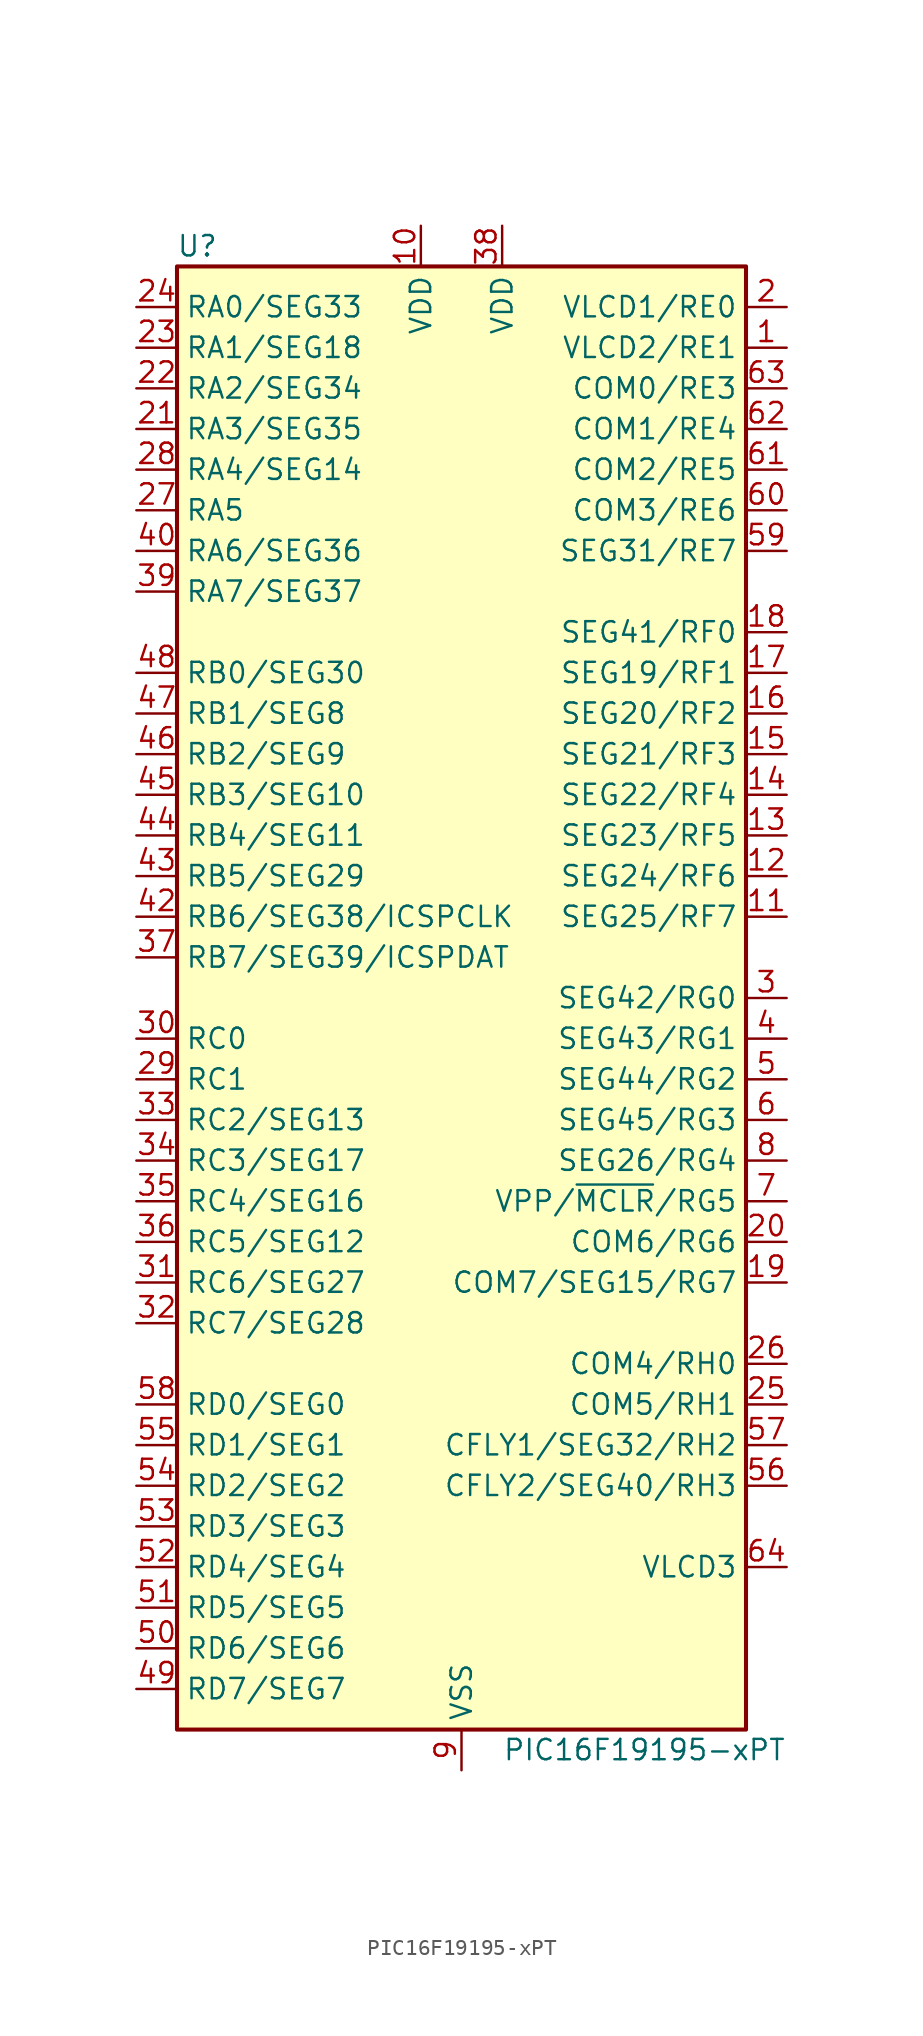
<source format=kicad_sym>
(kicad_symbol_lib
  (version 20211014)
  (generator kicad_symbol_editor)
  (symbol "PIC16F19195-xPT"
    (property "Reference" "U"
      (at -16.51 46.99 0)
      (effects (font (size 1.27 1.27))))
    (property "Value" "PIC16F19195-xPT"
      (at 11.43 -46.99 0)
      (effects (font (size 1.27 1.27))))
    (symbol "PIC16F19195-xPT_0_1"
      (rectangle (start -17.78 45.72) (end 17.78 -45.72) (stroke (width 0.254) (type default) (color 0 0 0 0)) (fill (type background))))
    (symbol "PIC16F19195-xPT_1_1"
      (pin bidirectional line (at 20.32 40.64 180) (length 2.54) (name "VLCD2/RE1" (effects (font (size 1.27 1.27)))) (number "1" (effects (font (size 1.27 1.27)))))
      (pin power_in line (at -2.54 48.26 270) (length 2.54) (name "VDD" (effects (font (size 1.27 1.27)))) (number "10" (effects (font (size 1.27 1.27)))))
      (pin bidirectional line (at 20.32 5.08 180) (length 2.54) (name "SEG25/RF7" (effects (font (size 1.27 1.27)))) (number "11" (effects (font (size 1.27 1.27)))))
      (pin bidirectional line (at 20.32 7.62 180) (length 2.54) (name "SEG24/RF6" (effects (font (size 1.27 1.27)))) (number "12" (effects (font (size 1.27 1.27)))))
      (pin bidirectional line (at 20.32 10.16 180) (length 2.54) (name "SEG23/RF5" (effects (font (size 1.27 1.27)))) (number "13" (effects (font (size 1.27 1.27)))))
      (pin bidirectional line (at 20.32 12.7 180) (length 2.54) (name "SEG22/RF4" (effects (font (size 1.27 1.27)))) (number "14" (effects (font (size 1.27 1.27)))))
      (pin bidirectional line (at 20.32 15.24 180) (length 2.54) (name "SEG21/RF3" (effects (font (size 1.27 1.27)))) (number "15" (effects (font (size 1.27 1.27)))))
      (pin bidirectional line (at 20.32 17.78 180) (length 2.54) (name "SEG20/RF2" (effects (font (size 1.27 1.27)))) (number "16" (effects (font (size 1.27 1.27)))))
      (pin bidirectional line (at 20.32 20.32 180) (length 2.54) (name "SEG19/RF1" (effects (font (size 1.27 1.27)))) (number "17" (effects (font (size 1.27 1.27)))))
      (pin bidirectional line (at 20.32 22.86 180) (length 2.54) (name "SEG41/RF0" (effects (font (size 1.27 1.27)))) (number "18" (effects (font (size 1.27 1.27)))))
      (pin bidirectional line (at 20.32 -17.78 180) (length 2.54) (name "COM7/SEG15/RG7" (effects (font (size 1.27 1.27)))) (number "19" (effects (font (size 1.27 1.27)))))
      (pin bidirectional line (at 20.32 43.18 180) (length 2.54) (name "VLCD1/RE0" (effects (font (size 1.27 1.27)))) (number "2" (effects (font (size 1.27 1.27)))))
      (pin bidirectional line (at 20.32 -15.24 180) (length 2.54) (name "COM6/RG6" (effects (font (size 1.27 1.27)))) (number "20" (effects (font (size 1.27 1.27)))))
      (pin bidirectional line (at -20.32 35.56 0) (length 2.54) (name "RA3/SEG35" (effects (font (size 1.27 1.27)))) (number "21" (effects (font (size 1.27 1.27)))))
      (pin bidirectional line (at -20.32 38.1 0) (length 2.54) (name "RA2/SEG34" (effects (font (size 1.27 1.27)))) (number "22" (effects (font (size 1.27 1.27)))))
      (pin bidirectional line (at -20.32 40.64 0) (length 2.54) (name "RA1/SEG18" (effects (font (size 1.27 1.27)))) (number "23" (effects (font (size 1.27 1.27)))))
      (pin bidirectional line (at -20.32 43.18 0) (length 2.54) (name "RA0/SEG33" (effects (font (size 1.27 1.27)))) (number "24" (effects (font (size 1.27 1.27)))))
      (pin bidirectional line (at 20.32 -25.4 180) (length 2.54) (name "COM5/RH1" (effects (font (size 1.27 1.27)))) (number "25" (effects (font (size 1.27 1.27)))))
      (pin bidirectional line (at 20.32 -22.86 180) (length 2.54) (name "COM4/RH0" (effects (font (size 1.27 1.27)))) (number "26" (effects (font (size 1.27 1.27)))))
      (pin bidirectional line (at -20.32 30.48 0) (length 2.54) (name "RA5" (effects (font (size 1.27 1.27)))) (number "27" (effects (font (size 1.27 1.27)))))
      (pin bidirectional line (at -20.32 33.02 0) (length 2.54) (name "RA4/SEG14" (effects (font (size 1.27 1.27)))) (number "28" (effects (font (size 1.27 1.27)))))
      (pin bidirectional line (at -20.32 -5.08 0) (length 2.54) (name "RC1" (effects (font (size 1.27 1.27)))) (number "29" (effects (font (size 1.27 1.27)))))
      (pin bidirectional line (at 20.32 0 180) (length 2.54) (name "SEG42/RG0" (effects (font (size 1.27 1.27)))) (number "3" (effects (font (size 1.27 1.27)))))
      (pin bidirectional line (at -20.32 -2.54 0) (length 2.54) (name "RC0" (effects (font (size 1.27 1.27)))) (number "30" (effects (font (size 1.27 1.27)))))
      (pin bidirectional line (at -20.32 -17.78 0) (length 2.54) (name "RC6/SEG27" (effects (font (size 1.27 1.27)))) (number "31" (effects (font (size 1.27 1.27)))))
      (pin bidirectional line (at -20.32 -20.32 0) (length 2.54) (name "RC7/SEG28" (effects (font (size 1.27 1.27)))) (number "32" (effects (font (size 1.27 1.27)))))
      (pin bidirectional line (at -20.32 -7.62 0) (length 2.54) (name "RC2/SEG13" (effects (font (size 1.27 1.27)))) (number "33" (effects (font (size 1.27 1.27)))))
      (pin bidirectional line (at -20.32 -10.16 0) (length 2.54) (name "RC3/SEG17" (effects (font (size 1.27 1.27)))) (number "34" (effects (font (size 1.27 1.27)))))
      (pin bidirectional line (at -20.32 -12.7 0) (length 2.54) (name "RC4/SEG16" (effects (font (size 1.27 1.27)))) (number "35" (effects (font (size 1.27 1.27)))))
      (pin bidirectional line (at -20.32 -15.24 0) (length 2.54) (name "RC5/SEG12" (effects (font (size 1.27 1.27)))) (number "36" (effects (font (size 1.27 1.27)))))
      (pin bidirectional line (at -20.32 2.54 0) (length 2.54) (name "RB7/SEG39/ICSPDAT" (effects (font (size 1.27 1.27)))) (number "37" (effects (font (size 1.27 1.27)))))
      (pin power_in line (at 2.54 48.26 270) (length 2.54) (name "VDD" (effects (font (size 1.27 1.27)))) (number "38" (effects (font (size 1.27 1.27)))))
      (pin bidirectional line (at -20.32 25.4 0) (length 2.54) (name "RA7/SEG37" (effects (font (size 1.27 1.27)))) (number "39" (effects (font (size 1.27 1.27)))))
      (pin bidirectional line (at 20.32 -2.54 180) (length 2.54) (name "SEG43/RG1" (effects (font (size 1.27 1.27)))) (number "4" (effects (font (size 1.27 1.27)))))
      (pin bidirectional line (at -20.32 27.94 0) (length 2.54) (name "RA6/SEG36" (effects (font (size 1.27 1.27)))) (number "40" (effects (font (size 1.27 1.27)))))
      (pin passive line (at 0 -48.26 90) (length 2.54) hide (name "VSS" (effects (font (size 1.27 1.27)))) (number "41" (effects (font (size 1.27 1.27)))))
      (pin bidirectional line (at -20.32 5.08 0) (length 2.54) (name "RB6/SEG38/ICSPCLK" (effects (font (size 1.27 1.27)))) (number "42" (effects (font (size 1.27 1.27)))))
      (pin bidirectional line (at -20.32 7.62 0) (length 2.54) (name "RB5/SEG29" (effects (font (size 1.27 1.27)))) (number "43" (effects (font (size 1.27 1.27)))))
      (pin bidirectional line (at -20.32 10.16 0) (length 2.54) (name "RB4/SEG11" (effects (font (size 1.27 1.27)))) (number "44" (effects (font (size 1.27 1.27)))))
      (pin bidirectional line (at -20.32 12.7 0) (length 2.54) (name "RB3/SEG10" (effects (font (size 1.27 1.27)))) (number "45" (effects (font (size 1.27 1.27)))))
      (pin bidirectional line (at -20.32 15.24 0) (length 2.54) (name "RB2/SEG9" (effects (font (size 1.27 1.27)))) (number "46" (effects (font (size 1.27 1.27)))))
      (pin bidirectional line (at -20.32 17.78 0) (length 2.54) (name "RB1/SEG8" (effects (font (size 1.27 1.27)))) (number "47" (effects (font (size 1.27 1.27)))))
      (pin bidirectional line (at -20.32 20.32 0) (length 2.54) (name "RB0/SEG30" (effects (font (size 1.27 1.27)))) (number "48" (effects (font (size 1.27 1.27)))))
      (pin bidirectional line (at -20.32 -43.18 0) (length 2.54) (name "RD7/SEG7" (effects (font (size 1.27 1.27)))) (number "49" (effects (font (size 1.27 1.27)))))
      (pin bidirectional line (at 20.32 -5.08 180) (length 2.54) (name "SEG44/RG2" (effects (font (size 1.27 1.27)))) (number "5" (effects (font (size 1.27 1.27)))))
      (pin bidirectional line (at -20.32 -40.64 0) (length 2.54) (name "RD6/SEG6" (effects (font (size 1.27 1.27)))) (number "50" (effects (font (size 1.27 1.27)))))
      (pin bidirectional line (at -20.32 -38.1 0) (length 2.54) (name "RD5/SEG5" (effects (font (size 1.27 1.27)))) (number "51" (effects (font (size 1.27 1.27)))))
      (pin bidirectional line (at -20.32 -35.56 0) (length 2.54) (name "RD4/SEG4" (effects (font (size 1.27 1.27)))) (number "52" (effects (font (size 1.27 1.27)))))
      (pin bidirectional line (at -20.32 -33.02 0) (length 2.54) (name "RD3/SEG3" (effects (font (size 1.27 1.27)))) (number "53" (effects (font (size 1.27 1.27)))))
      (pin bidirectional line (at -20.32 -30.48 0) (length 2.54) (name "RD2/SEG2" (effects (font (size 1.27 1.27)))) (number "54" (effects (font (size 1.27 1.27)))))
      (pin bidirectional line (at -20.32 -27.94 0) (length 2.54) (name "RD1/SEG1" (effects (font (size 1.27 1.27)))) (number "55" (effects (font (size 1.27 1.27)))))
      (pin bidirectional line (at 20.32 -30.48 180) (length 2.54) (name "CFLY2/SEG40/RH3" (effects (font (size 1.27 1.27)))) (number "56" (effects (font (size 1.27 1.27)))))
      (pin bidirectional line (at 20.32 -27.94 180) (length 2.54) (name "CFLY1/SEG32/RH2" (effects (font (size 1.27 1.27)))) (number "57" (effects (font (size 1.27 1.27)))))
      (pin bidirectional line (at -20.32 -25.4 0) (length 2.54) (name "RD0/SEG0" (effects (font (size 1.27 1.27)))) (number "58" (effects (font (size 1.27 1.27)))))
      (pin bidirectional line (at 20.32 27.94 180) (length 2.54) (name "SEG31/RE7" (effects (font (size 1.27 1.27)))) (number "59" (effects (font (size 1.27 1.27)))))
      (pin bidirectional line (at 20.32 -7.62 180) (length 2.54) (name "SEG45/RG3" (effects (font (size 1.27 1.27)))) (number "6" (effects (font (size 1.27 1.27)))))
      (pin bidirectional line (at 20.32 30.48 180) (length 2.54) (name "COM3/RE6" (effects (font (size 1.27 1.27)))) (number "60" (effects (font (size 1.27 1.27)))))
      (pin bidirectional line (at 20.32 33.02 180) (length 2.54) (name "COM2/RE5" (effects (font (size 1.27 1.27)))) (number "61" (effects (font (size 1.27 1.27)))))
      (pin bidirectional line (at 20.32 35.56 180) (length 2.54) (name "COM1/RE4" (effects (font (size 1.27 1.27)))) (number "62" (effects (font (size 1.27 1.27)))))
      (pin bidirectional line (at 20.32 38.1 180) (length 2.54) (name "COM0/RE3" (effects (font (size 1.27 1.27)))) (number "63" (effects (font (size 1.27 1.27)))))
      (pin input line (at 20.32 -35.56 180) (length 2.54) (name "VLCD3" (effects (font (size 1.27 1.27)))) (number "64" (effects (font (size 1.27 1.27)))))
      (pin bidirectional line (at 20.32 -12.7 180) (length 2.54) (name "VPP/~{MCLR}/RG5" (effects (font (size 1.27 1.27)))) (number "7" (effects (font (size 1.27 1.27)))))
      (pin bidirectional line (at 20.32 -10.16 180) (length 2.54) (name "SEG26/RG4" (effects (font (size 1.27 1.27)))) (number "8" (effects (font (size 1.27 1.27)))))
      (pin power_in line (at 0 -48.26 90) (length 2.54) (name "VSS" (effects (font (size 1.27 1.27)))) (number "9" (effects (font (size 1.27 1.27))))))))
</source>
